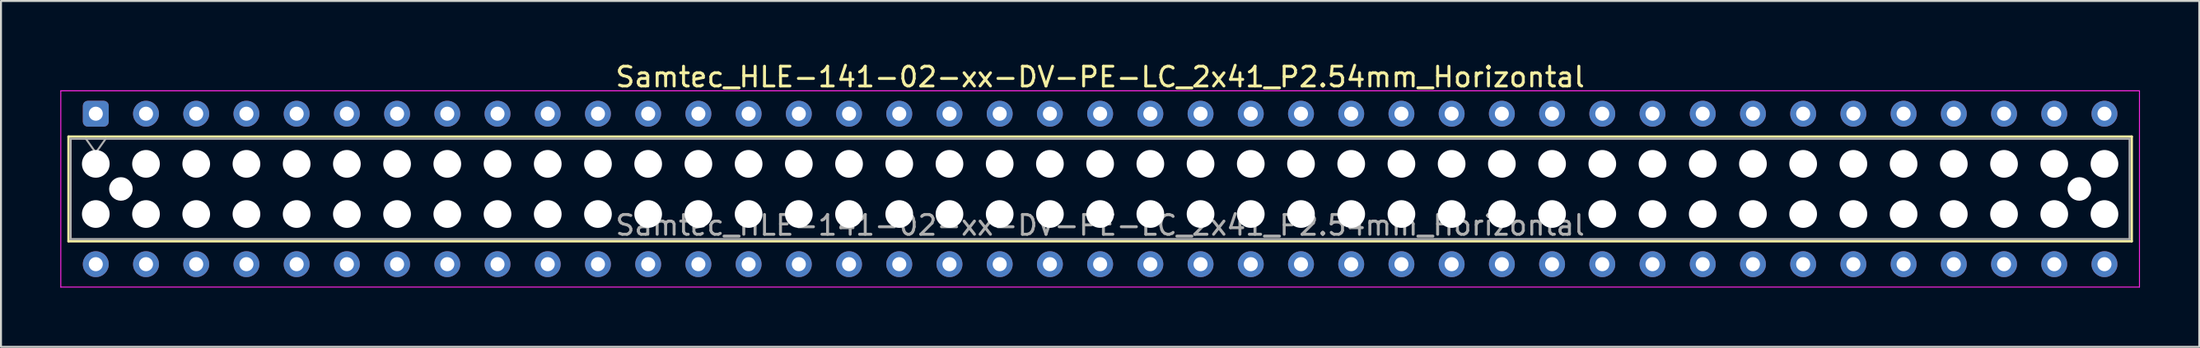
<source format=kicad_pcb>
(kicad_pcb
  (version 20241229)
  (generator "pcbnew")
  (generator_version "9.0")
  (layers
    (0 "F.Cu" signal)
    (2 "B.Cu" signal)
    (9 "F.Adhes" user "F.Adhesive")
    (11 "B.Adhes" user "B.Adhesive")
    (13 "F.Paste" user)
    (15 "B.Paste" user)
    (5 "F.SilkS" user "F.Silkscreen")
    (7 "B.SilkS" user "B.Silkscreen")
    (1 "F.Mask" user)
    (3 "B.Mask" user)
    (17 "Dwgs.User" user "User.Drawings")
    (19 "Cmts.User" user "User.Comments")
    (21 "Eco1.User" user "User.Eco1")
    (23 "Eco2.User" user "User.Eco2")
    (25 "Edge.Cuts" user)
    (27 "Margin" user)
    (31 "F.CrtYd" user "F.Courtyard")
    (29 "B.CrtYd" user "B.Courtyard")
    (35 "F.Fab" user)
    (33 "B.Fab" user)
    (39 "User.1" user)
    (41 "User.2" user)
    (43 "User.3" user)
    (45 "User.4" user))
  (footprint "Samtec_HLE-141-02-xx-DV-PE-LC_2x41_P2.54mm_Horizontal"
    (layer "F.Cu")
    (at 1.795 2.708)
    (property "Reference" "Samtec_HLE-141-02-xx-DV-PE-LC_2x41_P2.54mm_Horizontal" (at 50.8 -1.86 0) (layer "F.SilkS") (effects (font (size 1 1) (thickness 0.15))))
    (attr through_hole)
    (fp_line (start -1.38 1.16) (end 102.98 1.16) (stroke (width 0.12) (type solid)) (layer "F.SilkS"))
    (fp_line (start -1.38 6.46) (end -1.38 1.16) (stroke (width 0.12) (type solid)) (layer "F.SilkS"))
    (fp_line (start 102.98 1.16) (end 102.98 6.46) (stroke (width 0.12) (type solid)) (layer "F.SilkS"))
    (fp_line (start 102.98 6.46) (end -1.38 6.46) (stroke (width 0.12) (type solid)) (layer "F.SilkS"))
    (fp_line (start -1.77 -1.16) (end 103.37 -1.16) (stroke (width 0.05) (type solid)) (layer "F.CrtYd"))
    (fp_line (start -1.77 8.78) (end -1.77 -1.16) (stroke (width 0.05) (type solid)) (layer "F.CrtYd"))
    (fp_line (start 103.37 -1.16) (end 103.37 8.78) (stroke (width 0.05) (type solid)) (layer "F.CrtYd"))
    (fp_line (start 103.37 8.78) (end -1.77 8.78) (stroke (width 0.05) (type solid)) (layer "F.CrtYd"))
    (fp_line (start -1.27 1.27) (end 102.87 1.27) (stroke (width 0.1) (type solid)) (layer "F.Fab"))
    (fp_line (start -1.27 6.35) (end -1.27 1.27) (stroke (width 0.1) (type solid)) (layer "F.Fab"))
    (fp_line (start -0.5 1.27) (end 0 1.977) (stroke (width 0.1) (type solid)) (layer "F.Fab"))
    (fp_line (start 0 1.977) (end 0.5 1.27) (stroke (width 0.1) (type solid)) (layer "F.Fab"))
    (fp_line (start 102.87 1.27) (end 102.87 6.35) (stroke (width 0.1) (type solid)) (layer "F.Fab"))
    (fp_line (start 102.87 6.35) (end -1.27 6.35) (stroke (width 0.1) (type solid)) (layer "F.Fab"))
    (fp_text user "${REFERENCE}" (at 50.8 5.65 0) (layer "F.Fab") (effects (font (size 1 1) (thickness 0.15))))
    (pad "" np_thru_hole circle (at 0 2.54) (size 1.4 1.4) (drill 1.4) (layers "*.Cu" "*.Mask"))
    (pad "" np_thru_hole circle (at 0 5.08) (size 1.4 1.4) (drill 1.4) (layers "*.Cu" "*.Mask"))
    (pad "" np_thru_hole circle (at 1.27 3.81) (size 1.19 1.19) (drill 1.19) (layers "*.Cu" "*.Mask"))
    (pad "" np_thru_hole circle (at 2.54 2.54) (size 1.4 1.4) (drill 1.4) (layers "*.Cu" "*.Mask"))
    (pad "" np_thru_hole circle (at 2.54 5.08) (size 1.4 1.4) (drill 1.4) (layers "*.Cu" "*.Mask"))
    (pad "" np_thru_hole circle (at 5.08 2.54) (size 1.4 1.4) (drill 1.4) (layers "*.Cu" "*.Mask"))
    (pad "" np_thru_hole circle (at 5.08 5.08) (size 1.4 1.4) (drill 1.4) (layers "*.Cu" "*.Mask"))
    (pad "" np_thru_hole circle (at 7.62 2.54) (size 1.4 1.4) (drill 1.4) (layers "*.Cu" "*.Mask"))
    (pad "" np_thru_hole circle (at 7.62 5.08) (size 1.4 1.4) (drill 1.4) (layers "*.Cu" "*.Mask"))
    (pad "" np_thru_hole circle (at 10.16 2.54) (size 1.4 1.4) (drill 1.4) (layers "*.Cu" "*.Mask"))
    (pad "" np_thru_hole circle (at 10.16 5.08) (size 1.4 1.4) (drill 1.4) (layers "*.Cu" "*.Mask"))
    (pad "" np_thru_hole circle (at 12.7 2.54) (size 1.4 1.4) (drill 1.4) (layers "*.Cu" "*.Mask"))
    (pad "" np_thru_hole circle (at 12.7 5.08) (size 1.4 1.4) (drill 1.4) (layers "*.Cu" "*.Mask"))
    (pad "" np_thru_hole circle (at 15.24 2.54) (size 1.4 1.4) (drill 1.4) (layers "*.Cu" "*.Mask"))
    (pad "" np_thru_hole circle (at 15.24 5.08) (size 1.4 1.4) (drill 1.4) (layers "*.Cu" "*.Mask"))
    (pad "" np_thru_hole circle (at 17.78 2.54) (size 1.4 1.4) (drill 1.4) (layers "*.Cu" "*.Mask"))
    (pad "" np_thru_hole circle (at 17.78 5.08) (size 1.4 1.4) (drill 1.4) (layers "*.Cu" "*.Mask"))
    (pad "" np_thru_hole circle (at 20.32 2.54) (size 1.4 1.4) (drill 1.4) (layers "*.Cu" "*.Mask"))
    (pad "" np_thru_hole circle (at 20.32 5.08) (size 1.4 1.4) (drill 1.4) (layers "*.Cu" "*.Mask"))
    (pad "" np_thru_hole circle (at 22.86 2.54) (size 1.4 1.4) (drill 1.4) (layers "*.Cu" "*.Mask"))
    (pad "" np_thru_hole circle (at 22.86 5.08) (size 1.4 1.4) (drill 1.4) (layers "*.Cu" "*.Mask"))
    (pad "" np_thru_hole circle (at 25.4 2.54) (size 1.4 1.4) (drill 1.4) (layers "*.Cu" "*.Mask"))
    (pad "" np_thru_hole circle (at 25.4 5.08) (size 1.4 1.4) (drill 1.4) (layers "*.Cu" "*.Mask"))
    (pad "" np_thru_hole circle (at 27.94 2.54) (size 1.4 1.4) (drill 1.4) (layers "*.Cu" "*.Mask"))
    (pad "" np_thru_hole circle (at 27.94 5.08) (size 1.4 1.4) (drill 1.4) (layers "*.Cu" "*.Mask"))
    (pad "" np_thru_hole circle (at 30.48 2.54) (size 1.4 1.4) (drill 1.4) (layers "*.Cu" "*.Mask"))
    (pad "" np_thru_hole circle (at 30.48 5.08) (size 1.4 1.4) (drill 1.4) (layers "*.Cu" "*.Mask"))
    (pad "" np_thru_hole circle (at 33.02 2.54) (size 1.4 1.4) (drill 1.4) (layers "*.Cu" "*.Mask"))
    (pad "" np_thru_hole circle (at 33.02 5.08) (size 1.4 1.4) (drill 1.4) (layers "*.Cu" "*.Mask"))
    (pad "" np_thru_hole circle (at 35.56 2.54) (size 1.4 1.4) (drill 1.4) (layers "*.Cu" "*.Mask"))
    (pad "" np_thru_hole circle (at 35.56 5.08) (size 1.4 1.4) (drill 1.4) (layers "*.Cu" "*.Mask"))
    (pad "" np_thru_hole circle (at 38.1 2.54) (size 1.4 1.4) (drill 1.4) (layers "*.Cu" "*.Mask"))
    (pad "" np_thru_hole circle (at 38.1 5.08) (size 1.4 1.4) (drill 1.4) (layers "*.Cu" "*.Mask"))
    (pad "" np_thru_hole circle (at 40.64 2.54) (size 1.4 1.4) (drill 1.4) (layers "*.Cu" "*.Mask"))
    (pad "" np_thru_hole circle (at 40.64 5.08) (size 1.4 1.4) (drill 1.4) (layers "*.Cu" "*.Mask"))
    (pad "" np_thru_hole circle (at 43.18 2.54) (size 1.4 1.4) (drill 1.4) (layers "*.Cu" "*.Mask"))
    (pad "" np_thru_hole circle (at 43.18 5.08) (size 1.4 1.4) (drill 1.4) (layers "*.Cu" "*.Mask"))
    (pad "" np_thru_hole circle (at 45.72 2.54) (size 1.4 1.4) (drill 1.4) (layers "*.Cu" "*.Mask"))
    (pad "" np_thru_hole circle (at 45.72 5.08) (size 1.4 1.4) (drill 1.4) (layers "*.Cu" "*.Mask"))
    (pad "" np_thru_hole circle (at 48.26 2.54) (size 1.4 1.4) (drill 1.4) (layers "*.Cu" "*.Mask"))
    (pad "" np_thru_hole circle (at 48.26 5.08) (size 1.4 1.4) (drill 1.4) (layers "*.Cu" "*.Mask"))
    (pad "" np_thru_hole circle (at 50.8 2.54) (size 1.4 1.4) (drill 1.4) (layers "*.Cu" "*.Mask"))
    (pad "" np_thru_hole circle (at 50.8 5.08) (size 1.4 1.4) (drill 1.4) (layers "*.Cu" "*.Mask"))
    (pad "" np_thru_hole circle (at 53.34 2.54) (size 1.4 1.4) (drill 1.4) (layers "*.Cu" "*.Mask"))
    (pad "" np_thru_hole circle (at 53.34 5.08) (size 1.4 1.4) (drill 1.4) (layers "*.Cu" "*.Mask"))
    (pad "" np_thru_hole circle (at 55.88 2.54) (size 1.4 1.4) (drill 1.4) (layers "*.Cu" "*.Mask"))
    (pad "" np_thru_hole circle (at 55.88 5.08) (size 1.4 1.4) (drill 1.4) (layers "*.Cu" "*.Mask"))
    (pad "" np_thru_hole circle (at 58.42 2.54) (size 1.4 1.4) (drill 1.4) (layers "*.Cu" "*.Mask"))
    (pad "" np_thru_hole circle (at 58.42 5.08) (size 1.4 1.4) (drill 1.4) (layers "*.Cu" "*.Mask"))
    (pad "" np_thru_hole circle (at 60.96 2.54) (size 1.4 1.4) (drill 1.4) (layers "*.Cu" "*.Mask"))
    (pad "" np_thru_hole circle (at 60.96 5.08) (size 1.4 1.4) (drill 1.4) (layers "*.Cu" "*.Mask"))
    (pad "" np_thru_hole circle (at 63.5 2.54) (size 1.4 1.4) (drill 1.4) (layers "*.Cu" "*.Mask"))
    (pad "" np_thru_hole circle (at 63.5 5.08) (size 1.4 1.4) (drill 1.4) (layers "*.Cu" "*.Mask"))
    (pad "" np_thru_hole circle (at 66.04 2.54) (size 1.4 1.4) (drill 1.4) (layers "*.Cu" "*.Mask"))
    (pad "" np_thru_hole circle (at 66.04 5.08) (size 1.4 1.4) (drill 1.4) (layers "*.Cu" "*.Mask"))
    (pad "" np_thru_hole circle (at 68.58 2.54) (size 1.4 1.4) (drill 1.4) (layers "*.Cu" "*.Mask"))
    (pad "" np_thru_hole circle (at 68.58 5.08) (size 1.4 1.4) (drill 1.4) (layers "*.Cu" "*.Mask"))
    (pad "" np_thru_hole circle (at 71.12 2.54) (size 1.4 1.4) (drill 1.4) (layers "*.Cu" "*.Mask"))
    (pad "" np_thru_hole circle (at 71.12 5.08) (size 1.4 1.4) (drill 1.4) (layers "*.Cu" "*.Mask"))
    (pad "" np_thru_hole circle (at 73.66 2.54) (size 1.4 1.4) (drill 1.4) (layers "*.Cu" "*.Mask"))
    (pad "" np_thru_hole circle (at 73.66 5.08) (size 1.4 1.4) (drill 1.4) (layers "*.Cu" "*.Mask"))
    (pad "" np_thru_hole circle (at 76.2 2.54) (size 1.4 1.4) (drill 1.4) (layers "*.Cu" "*.Mask"))
    (pad "" np_thru_hole circle (at 76.2 5.08) (size 1.4 1.4) (drill 1.4) (layers "*.Cu" "*.Mask"))
    (pad "" np_thru_hole circle (at 78.74 2.54) (size 1.4 1.4) (drill 1.4) (layers "*.Cu" "*.Mask"))
    (pad "" np_thru_hole circle (at 78.74 5.08) (size 1.4 1.4) (drill 1.4) (layers "*.Cu" "*.Mask"))
    (pad "" np_thru_hole circle (at 81.28 2.54) (size 1.4 1.4) (drill 1.4) (layers "*.Cu" "*.Mask"))
    (pad "" np_thru_hole circle (at 81.28 5.08) (size 1.4 1.4) (drill 1.4) (layers "*.Cu" "*.Mask"))
    (pad "" np_thru_hole circle (at 83.82 2.54) (size 1.4 1.4) (drill 1.4) (layers "*.Cu" "*.Mask"))
    (pad "" np_thru_hole circle (at 83.82 5.08) (size 1.4 1.4) (drill 1.4) (layers "*.Cu" "*.Mask"))
    (pad "" np_thru_hole circle (at 86.36 2.54) (size 1.4 1.4) (drill 1.4) (layers "*.Cu" "*.Mask"))
    (pad "" np_thru_hole circle (at 86.36 5.08) (size 1.4 1.4) (drill 1.4) (layers "*.Cu" "*.Mask"))
    (pad "" np_thru_hole circle (at 88.9 2.54) (size 1.4 1.4) (drill 1.4) (layers "*.Cu" "*.Mask"))
    (pad "" np_thru_hole circle (at 88.9 5.08) (size 1.4 1.4) (drill 1.4) (layers "*.Cu" "*.Mask"))
    (pad "" np_thru_hole circle (at 91.44 2.54) (size 1.4 1.4) (drill 1.4) (layers "*.Cu" "*.Mask"))
    (pad "" np_thru_hole circle (at 91.44 5.08) (size 1.4 1.4) (drill 1.4) (layers "*.Cu" "*.Mask"))
    (pad "" np_thru_hole circle (at 93.98 2.54) (size 1.4 1.4) (drill 1.4) (layers "*.Cu" "*.Mask"))
    (pad "" np_thru_hole circle (at 93.98 5.08) (size 1.4 1.4) (drill 1.4) (layers "*.Cu" "*.Mask"))
    (pad "" np_thru_hole circle (at 96.52 2.54) (size 1.4 1.4) (drill 1.4) (layers "*.Cu" "*.Mask"))
    (pad "" np_thru_hole circle (at 96.52 5.08) (size 1.4 1.4) (drill 1.4) (layers "*.Cu" "*.Mask"))
    (pad "" np_thru_hole circle (at 99.06 2.54) (size 1.4 1.4) (drill 1.4) (layers "*.Cu" "*.Mask"))
    (pad "" np_thru_hole circle (at 99.06 5.08) (size 1.4 1.4) (drill 1.4) (layers "*.Cu" "*.Mask"))
    (pad "" np_thru_hole circle (at 100.33 3.81) (size 1.19 1.19) (drill 1.19) (layers "*.Cu" "*.Mask"))
    (pad "" np_thru_hole circle (at 101.6 2.54) (size 1.4 1.4) (drill 1.4) (layers "*.Cu" "*.Mask"))
    (pad "" np_thru_hole circle (at 101.6 5.08) (size 1.4 1.4) (drill 1.4) (layers "*.Cu" "*.Mask"))
    (pad "1" thru_hole roundrect (at 0 0) (size 1.31 1.31) (drill 0.71) (layers "*.Cu" "*.Mask") (roundrect_rratio 0.191))
    (pad "2" thru_hole circle (at 0 7.62) (size 1.31 1.31) (drill 0.71) (layers "*.Cu" "*.Mask"))
    (pad "3" thru_hole circle (at 2.54 0) (size 1.31 1.31) (drill 0.71) (layers "*.Cu" "*.Mask"))
    (pad "4" thru_hole circle (at 2.54 7.62) (size 1.31 1.31) (drill 0.71) (layers "*.Cu" "*.Mask"))
    (pad "5" thru_hole circle (at 5.08 0) (size 1.31 1.31) (drill 0.71) (layers "*.Cu" "*.Mask"))
    (pad "6" thru_hole circle (at 5.08 7.62) (size 1.31 1.31) (drill 0.71) (layers "*.Cu" "*.Mask"))
    (pad "7" thru_hole circle (at 7.62 0) (size 1.31 1.31) (drill 0.71) (layers "*.Cu" "*.Mask"))
    (pad "8" thru_hole circle (at 7.62 7.62) (size 1.31 1.31) (drill 0.71) (layers "*.Cu" "*.Mask"))
    (pad "9" thru_hole circle (at 10.16 0) (size 1.31 1.31) (drill 0.71) (layers "*.Cu" "*.Mask"))
    (pad "10" thru_hole circle (at 10.16 7.62) (size 1.31 1.31) (drill 0.71) (layers "*.Cu" "*.Mask"))
    (pad "11" thru_hole circle (at 12.7 0) (size 1.31 1.31) (drill 0.71) (layers "*.Cu" "*.Mask"))
    (pad "12" thru_hole circle (at 12.7 7.62) (size 1.31 1.31) (drill 0.71) (layers "*.Cu" "*.Mask"))
    (pad "13" thru_hole circle (at 15.24 0) (size 1.31 1.31) (drill 0.71) (layers "*.Cu" "*.Mask"))
    (pad "14" thru_hole circle (at 15.24 7.62) (size 1.31 1.31) (drill 0.71) (layers "*.Cu" "*.Mask"))
    (pad "15" thru_hole circle (at 17.78 0) (size 1.31 1.31) (drill 0.71) (layers "*.Cu" "*.Mask"))
    (pad "16" thru_hole circle (at 17.78 7.62) (size 1.31 1.31) (drill 0.71) (layers "*.Cu" "*.Mask"))
    (pad "17" thru_hole circle (at 20.32 0) (size 1.31 1.31) (drill 0.71) (layers "*.Cu" "*.Mask"))
    (pad "18" thru_hole circle (at 20.32 7.62) (size 1.31 1.31) (drill 0.71) (layers "*.Cu" "*.Mask"))
    (pad "19" thru_hole circle (at 22.86 0) (size 1.31 1.31) (drill 0.71) (layers "*.Cu" "*.Mask"))
    (pad "20" thru_hole circle (at 22.86 7.62) (size 1.31 1.31) (drill 0.71) (layers "*.Cu" "*.Mask"))
    (pad "21" thru_hole circle (at 25.4 0) (size 1.31 1.31) (drill 0.71) (layers "*.Cu" "*.Mask"))
    (pad "22" thru_hole circle (at 25.4 7.62) (size 1.31 1.31) (drill 0.71) (layers "*.Cu" "*.Mask"))
    (pad "23" thru_hole circle (at 27.94 0) (size 1.31 1.31) (drill 0.71) (layers "*.Cu" "*.Mask"))
    (pad "24" thru_hole circle (at 27.94 7.62) (size 1.31 1.31) (drill 0.71) (layers "*.Cu" "*.Mask"))
    (pad "25" thru_hole circle (at 30.48 0) (size 1.31 1.31) (drill 0.71) (layers "*.Cu" "*.Mask"))
    (pad "26" thru_hole circle (at 30.48 7.62) (size 1.31 1.31) (drill 0.71) (layers "*.Cu" "*.Mask"))
    (pad "27" thru_hole circle (at 33.02 0) (size 1.31 1.31) (drill 0.71) (layers "*.Cu" "*.Mask"))
    (pad "28" thru_hole circle (at 33.02 7.62) (size 1.31 1.31) (drill 0.71) (layers "*.Cu" "*.Mask"))
    (pad "29" thru_hole circle (at 35.56 0) (size 1.31 1.31) (drill 0.71) (layers "*.Cu" "*.Mask"))
    (pad "30" thru_hole circle (at 35.56 7.62) (size 1.31 1.31) (drill 0.71) (layers "*.Cu" "*.Mask"))
    (pad "31" thru_hole circle (at 38.1 0) (size 1.31 1.31) (drill 0.71) (layers "*.Cu" "*.Mask"))
    (pad "32" thru_hole circle (at 38.1 7.62) (size 1.31 1.31) (drill 0.71) (layers "*.Cu" "*.Mask"))
    (pad "33" thru_hole circle (at 40.64 0) (size 1.31 1.31) (drill 0.71) (layers "*.Cu" "*.Mask"))
    (pad "34" thru_hole circle (at 40.64 7.62) (size 1.31 1.31) (drill 0.71) (layers "*.Cu" "*.Mask"))
    (pad "35" thru_hole circle (at 43.18 0) (size 1.31 1.31) (drill 0.71) (layers "*.Cu" "*.Mask"))
    (pad "36" thru_hole circle (at 43.18 7.62) (size 1.31 1.31) (drill 0.71) (layers "*.Cu" "*.Mask"))
    (pad "37" thru_hole circle (at 45.72 0) (size 1.31 1.31) (drill 0.71) (layers "*.Cu" "*.Mask"))
    (pad "38" thru_hole circle (at 45.72 7.62) (size 1.31 1.31) (drill 0.71) (layers "*.Cu" "*.Mask"))
    (pad "39" thru_hole circle (at 48.26 0) (size 1.31 1.31) (drill 0.71) (layers "*.Cu" "*.Mask"))
    (pad "40" thru_hole circle (at 48.26 7.62) (size 1.31 1.31) (drill 0.71) (layers "*.Cu" "*.Mask"))
    (pad "41" thru_hole circle (at 50.8 0) (size 1.31 1.31) (drill 0.71) (layers "*.Cu" "*.Mask"))
    (pad "42" thru_hole circle (at 50.8 7.62) (size 1.31 1.31) (drill 0.71) (layers "*.Cu" "*.Mask"))
    (pad "43" thru_hole circle (at 53.34 0) (size 1.31 1.31) (drill 0.71) (layers "*.Cu" "*.Mask"))
    (pad "44" thru_hole circle (at 53.34 7.62) (size 1.31 1.31) (drill 0.71) (layers "*.Cu" "*.Mask"))
    (pad "45" thru_hole circle (at 55.88 0) (size 1.31 1.31) (drill 0.71) (layers "*.Cu" "*.Mask"))
    (pad "46" thru_hole circle (at 55.88 7.62) (size 1.31 1.31) (drill 0.71) (layers "*.Cu" "*.Mask"))
    (pad "47" thru_hole circle (at 58.42 0) (size 1.31 1.31) (drill 0.71) (layers "*.Cu" "*.Mask"))
    (pad "48" thru_hole circle (at 58.42 7.62) (size 1.31 1.31) (drill 0.71) (layers "*.Cu" "*.Mask"))
    (pad "49" thru_hole circle (at 60.96 0) (size 1.31 1.31) (drill 0.71) (layers "*.Cu" "*.Mask"))
    (pad "50" thru_hole circle (at 60.96 7.62) (size 1.31 1.31) (drill 0.71) (layers "*.Cu" "*.Mask"))
    (pad "51" thru_hole circle (at 63.5 0) (size 1.31 1.31) (drill 0.71) (layers "*.Cu" "*.Mask"))
    (pad "52" thru_hole circle (at 63.5 7.62) (size 1.31 1.31) (drill 0.71) (layers "*.Cu" "*.Mask"))
    (pad "53" thru_hole circle (at 66.04 0) (size 1.31 1.31) (drill 0.71) (layers "*.Cu" "*.Mask"))
    (pad "54" thru_hole circle (at 66.04 7.62) (size 1.31 1.31) (drill 0.71) (layers "*.Cu" "*.Mask"))
    (pad "55" thru_hole circle (at 68.58 0) (size 1.31 1.31) (drill 0.71) (layers "*.Cu" "*.Mask"))
    (pad "56" thru_hole circle (at 68.58 7.62) (size 1.31 1.31) (drill 0.71) (layers "*.Cu" "*.Mask"))
    (pad "57" thru_hole circle (at 71.12 0) (size 1.31 1.31) (drill 0.71) (layers "*.Cu" "*.Mask"))
    (pad "58" thru_hole circle (at 71.12 7.62) (size 1.31 1.31) (drill 0.71) (layers "*.Cu" "*.Mask"))
    (pad "59" thru_hole circle (at 73.66 0) (size 1.31 1.31) (drill 0.71) (layers "*.Cu" "*.Mask"))
    (pad "60" thru_hole circle (at 73.66 7.62) (size 1.31 1.31) (drill 0.71) (layers "*.Cu" "*.Mask"))
    (pad "61" thru_hole circle (at 76.2 0) (size 1.31 1.31) (drill 0.71) (layers "*.Cu" "*.Mask"))
    (pad "62" thru_hole circle (at 76.2 7.62) (size 1.31 1.31) (drill 0.71) (layers "*.Cu" "*.Mask"))
    (pad "63" thru_hole circle (at 78.74 0) (size 1.31 1.31) (drill 0.71) (layers "*.Cu" "*.Mask"))
    (pad "64" thru_hole circle (at 78.74 7.62) (size 1.31 1.31) (drill 0.71) (layers "*.Cu" "*.Mask"))
    (pad "65" thru_hole circle (at 81.28 0) (size 1.31 1.31) (drill 0.71) (layers "*.Cu" "*.Mask"))
    (pad "66" thru_hole circle (at 81.28 7.62) (size 1.31 1.31) (drill 0.71) (layers "*.Cu" "*.Mask"))
    (pad "67" thru_hole circle (at 83.82 0) (size 1.31 1.31) (drill 0.71) (layers "*.Cu" "*.Mask"))
    (pad "68" thru_hole circle (at 83.82 7.62) (size 1.31 1.31) (drill 0.71) (layers "*.Cu" "*.Mask"))
    (pad "69" thru_hole circle (at 86.36 0) (size 1.31 1.31) (drill 0.71) (layers "*.Cu" "*.Mask"))
    (pad "70" thru_hole circle (at 86.36 7.62) (size 1.31 1.31) (drill 0.71) (layers "*.Cu" "*.Mask"))
    (pad "71" thru_hole circle (at 88.9 0) (size 1.31 1.31) (drill 0.71) (layers "*.Cu" "*.Mask"))
    (pad "72" thru_hole circle (at 88.9 7.62) (size 1.31 1.31) (drill 0.71) (layers "*.Cu" "*.Mask"))
    (pad "73" thru_hole circle (at 91.44 0) (size 1.31 1.31) (drill 0.71) (layers "*.Cu" "*.Mask"))
    (pad "74" thru_hole circle (at 91.44 7.62) (size 1.31 1.31) (drill 0.71) (layers "*.Cu" "*.Mask"))
    (pad "75" thru_hole circle (at 93.98 0) (size 1.31 1.31) (drill 0.71) (layers "*.Cu" "*.Mask"))
    (pad "76" thru_hole circle (at 93.98 7.62) (size 1.31 1.31) (drill 0.71) (layers "*.Cu" "*.Mask"))
    (pad "77" thru_hole circle (at 96.52 0) (size 1.31 1.31) (drill 0.71) (layers "*.Cu" "*.Mask"))
    (pad "78" thru_hole circle (at 96.52 7.62) (size 1.31 1.31) (drill 0.71) (layers "*.Cu" "*.Mask"))
    (pad "79" thru_hole circle (at 99.06 0) (size 1.31 1.31) (drill 0.71) (layers "*.Cu" "*.Mask"))
    (pad "80" thru_hole circle (at 99.06 7.62) (size 1.31 1.31) (drill 0.71) (layers "*.Cu" "*.Mask"))
    (pad "81" thru_hole circle (at 101.6 0) (size 1.31 1.31) (drill 0.71) (layers "*.Cu" "*.Mask"))
    (pad "82" thru_hole circle (at 101.6 7.62) (size 1.31 1.31) (drill 0.71) (layers "*.Cu" "*.Mask")))
  (gr_rect
    (start -3 -3)
    (end 108.19 14.513)
    (stroke (width 0.1) (type default))
    (fill no)
    (layer "Edge.Cuts")))
</source>
